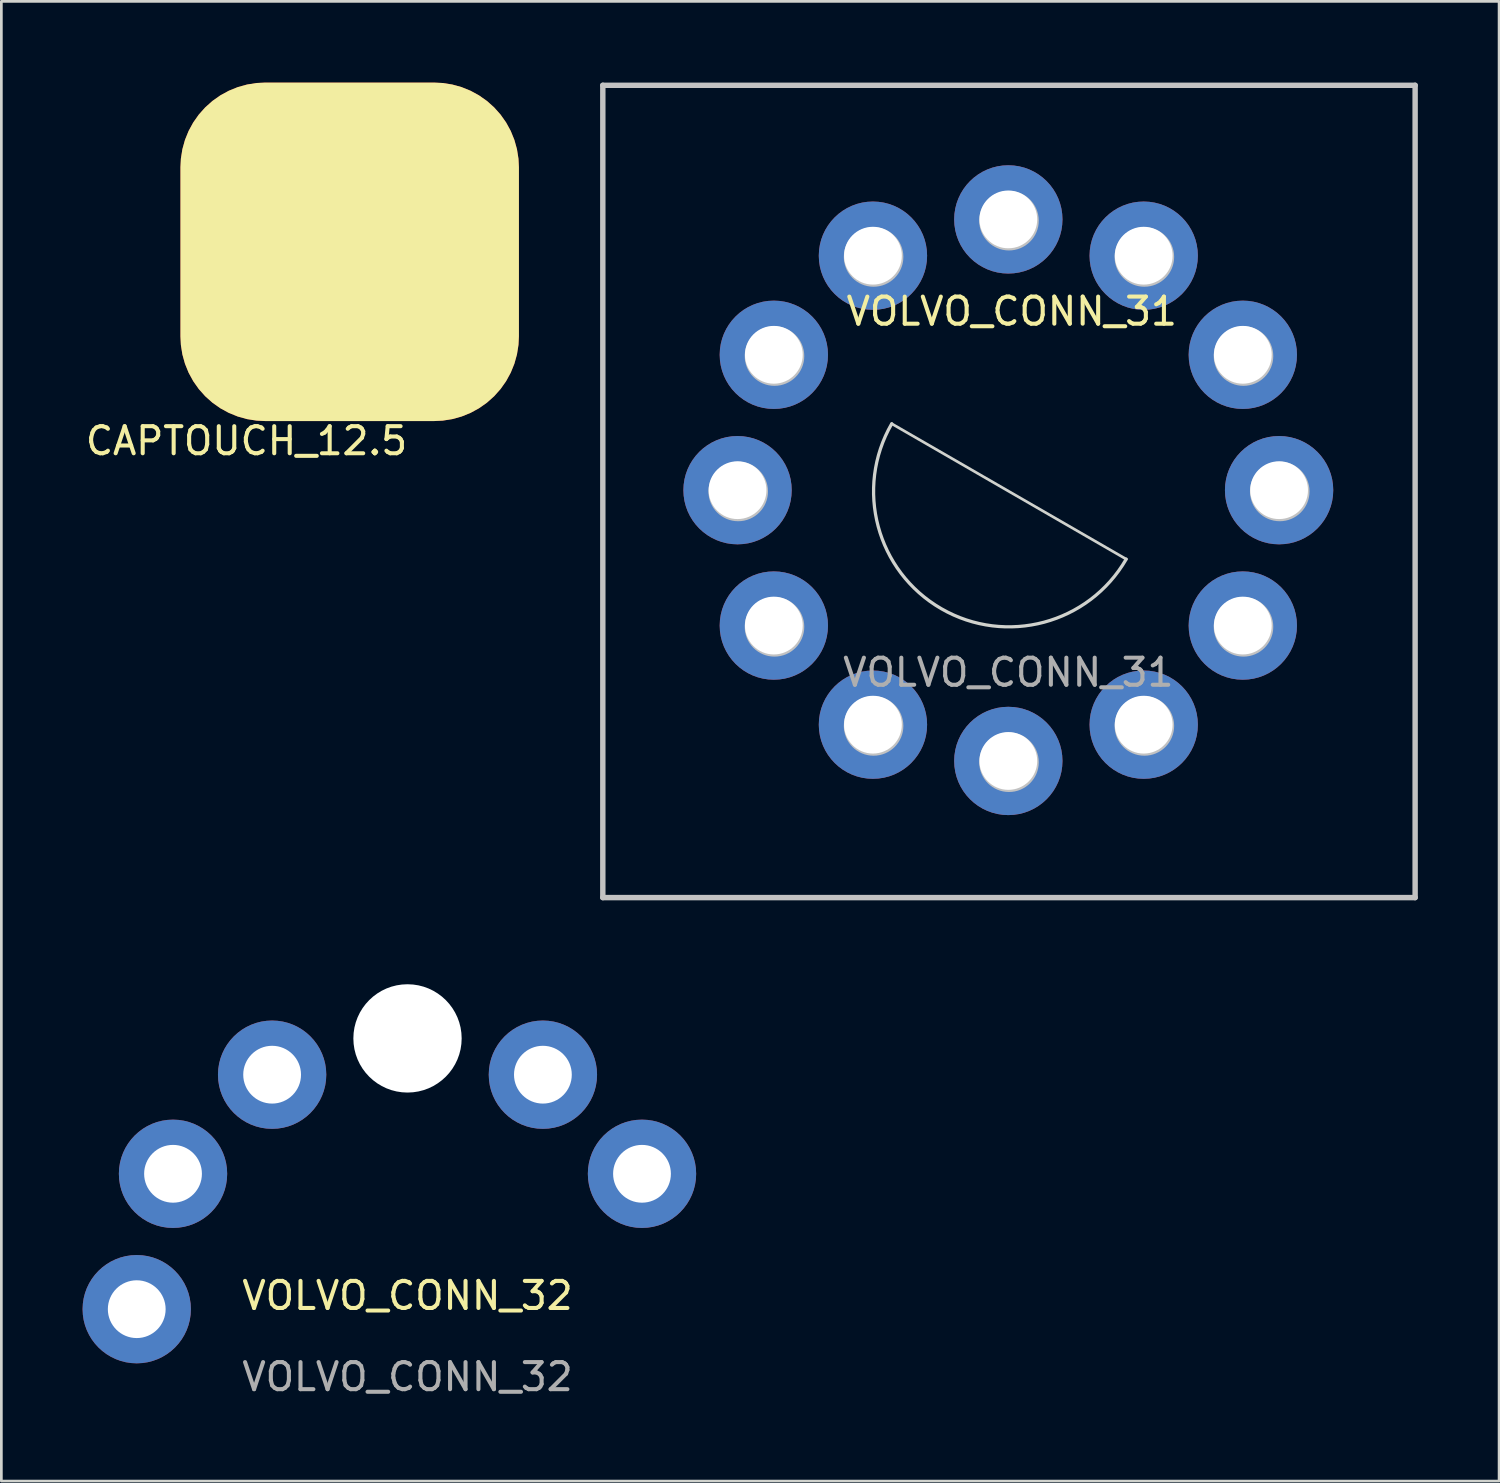
<source format=kicad_pcb>
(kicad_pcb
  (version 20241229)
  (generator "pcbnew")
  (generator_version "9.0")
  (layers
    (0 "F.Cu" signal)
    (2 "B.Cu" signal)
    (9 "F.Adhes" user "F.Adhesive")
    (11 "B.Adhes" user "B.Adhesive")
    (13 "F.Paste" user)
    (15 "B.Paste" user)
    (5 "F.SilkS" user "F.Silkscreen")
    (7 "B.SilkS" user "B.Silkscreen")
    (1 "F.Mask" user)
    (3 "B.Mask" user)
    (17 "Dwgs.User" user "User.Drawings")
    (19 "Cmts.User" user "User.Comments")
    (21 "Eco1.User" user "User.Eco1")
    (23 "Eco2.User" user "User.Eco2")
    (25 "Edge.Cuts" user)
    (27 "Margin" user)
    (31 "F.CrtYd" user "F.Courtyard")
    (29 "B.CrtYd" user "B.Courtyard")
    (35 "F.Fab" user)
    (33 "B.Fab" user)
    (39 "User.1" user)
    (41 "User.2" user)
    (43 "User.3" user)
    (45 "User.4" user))
  (footprint "VOLVO_CONN_32"
    (layer "F.Cu")
    (at 12 45.3)
    (property "Reference" "VOLVO_CONN_32" (at 0 -0.5 0) (unlocked yes) (layer "F.SilkS") (effects (font (size 1 1) (thickness 0.15))))
    (attr through_hole)
    (fp_text user "${REFERENCE}" (at 0 2.5 0) (unlocked yes) (layer "F.Fab") (effects (font (size 1 1) (thickness 0.15))))
    (pad "" np_thru_hole circle (at 0 -10) (size 4 4) (drill 4.2) (layers "*.Cu" "*.Mask"))
    (pad "1" thru_hole circle (at 8.66 -5) (size 4 4) (drill 2.134) (layers "*.Cu" "*.Mask"))
    (pad "2" thru_hole circle (at 5 -8.66) (size 4 4) (drill 2.134) (layers "*.Cu" "*.Mask"))
    (pad "4" thru_hole circle (at -8.66 -5) (size 4 4) (drill 2.134) (layers "*.Cu" "*.Mask"))
    (pad "5" thru_hole circle (at -10 0) (size 4 4) (drill 2.134) (layers "*.Cu" "*.Mask"))
    (pad "A" thru_hole circle (at -5 -8.66) (size 4 4) (drill 2.134) (layers "*.Cu" "*.Mask")))
  (footprint "VOLVO_CONN_31"
    (layer "F.Cu")
    (at 34.189 15.053)
    (property "Reference" "VOLVO_CONN_31" (at 0.127 -6.604 0) (unlocked yes) (layer "F.SilkS") (effects (font (size 1 1) (thickness 0.15))))
    (attr through_hole)
    (fp_line (start -14.976 -14.953) (end -14.976 15.047) (stroke (width 0.2) (type solid)) (layer "Dwgs.User"))
    (fp_line (start 15.024 -14.953) (end -14.976 -14.953) (stroke (width 0.2) (type solid)) (layer "Dwgs.User"))
    (fp_line (start 15.024 -14.953) (end 15.024 15.047) (stroke (width 0.2) (type solid)) (layer "Dwgs.User"))
    (fp_line (start 15.024 15.047) (end -14.976 15.047) (stroke (width 0.2) (type solid)) (layer "Dwgs.User"))
    (fp_circle (center -9.976 0.047) (end -8.976 0.047) (stroke (width 0.2) (type solid)) (fill no) (layer "Dwgs.User"))
    (fp_circle (center -8.636 -4.953) (end -7.636 -4.953) (stroke (width 0.2) (type solid)) (fill no) (layer "Dwgs.User"))
    (fp_circle (center -8.636 5.047) (end -7.636 5.047) (stroke (width 0.2) (type solid)) (fill no) (layer "Dwgs.User"))
    (fp_circle (center -4.976 -8.613) (end -3.976 -8.613) (stroke (width 0.2) (type solid)) (fill no) (layer "Dwgs.User"))
    (fp_circle (center -4.976 8.707) (end -3.976 8.707) (stroke (width 0.2) (type solid)) (fill no) (layer "Dwgs.User"))
    (fp_circle (center 0.024 -9.953) (end 1.024 -9.953) (stroke (width 0.2) (type solid)) (fill no) (layer "Dwgs.User"))
    (fp_circle (center 0.024 10.047) (end 1.024 10.047) (stroke (width 0.2) (type solid)) (fill no) (layer "Dwgs.User"))
    (fp_circle (center 5.024 -8.613) (end 6.024 -8.613) (stroke (width 0.2) (type solid)) (fill no) (layer "Dwgs.User"))
    (fp_circle (center 5.024 8.707) (end 6.024 8.707) (stroke (width 0.2) (type solid)) (fill no) (layer "Dwgs.User"))
    (fp_circle (center 8.685 -4.953) (end 9.685 -4.953) (stroke (width 0.2) (type solid)) (fill no) (layer "Dwgs.User"))
    (fp_circle (center 8.685 5.047) (end 9.685 5.047) (stroke (width 0.2) (type solid)) (fill no) (layer "Dwgs.User"))
    (fp_circle (center 10.024 0.047) (end 11.024 0.047) (stroke (width 0.2) (type solid)) (fill no) (layer "Dwgs.User"))
    (fp_line (start 4.354 2.547) (end -4.306 -2.453) (stroke (width 0.1) (type solid)) (layer "Edge.Cuts"))
    (fp_arc (start 4.35438 2.547) (mid -2.475746 4.377126) (end -4.305872 -2.453) (stroke (width 0.12) (type solid)) (layer "Edge.Cuts"))
    (fp_text user "${REFERENCE}" (at 0 6.731 0) (unlocked yes) (layer "F.Fab") (effects (font (size 1 1) (thickness 0.15))))
    (pad "1" thru_hole circle (at -10 0) (size 4 4) (drill 2.134) (layers "*.Cu" "*.Mask"))
    (pad "2" thru_hole circle (at -8.66 5) (size 4 4) (drill 2.134) (layers "*.Cu" "*.Mask"))
    (pad "3" thru_hole circle (at -5 8.66) (size 4 4) (drill 2.134) (layers "*.Cu" "*.Mask"))
    (pad "4" thru_hole circle (at 0 10) (size 4 4) (drill 2.134) (layers "*.Cu" "*.Mask"))
    (pad "5" thru_hole circle (at 5 8.66) (size 4 4) (drill 2.134) (layers "*.Cu" "*.Mask"))
    (pad "6" thru_hole circle (at 8.66 5) (size 4 4) (drill 2.134) (layers "*.Cu" "*.Mask"))
    (pad "7" thru_hole circle (at 10 0) (size 4 4) (drill 2.134) (layers "*.Cu" "*.Mask"))
    (pad "8" thru_hole circle (at 8.66 -5) (size 4 4) (drill 2.134) (layers "*.Cu" "*.Mask"))
    (pad "9" thru_hole circle (at 5 -8.66) (size 4 4) (drill 2.134) (layers "*.Cu" "*.Mask"))
    (pad "10" thru_hole circle (at 0 -10) (size 4 4) (drill 2.134) (layers "*.Cu" "*.Mask"))
    (pad "11" thru_hole circle (at -5 -8.66) (size 4 4) (drill 2.134) (layers "*.Cu" "*.Mask"))
    (pad "12" thru_hole circle (at -8.66 -5) (size 4 4) (drill 2.134) (layers "*.Cu" "*.Mask")))
  (footprint "CAPTOUCH_12.5"
    (layer "F.Cu")
    (at 9.864 6.25)
    (property "Reference" "CAPTOUCH_12.5" (at -3.81 6.985 0) (unlocked yes) (layer "F.SilkS") (effects (font (size 1 1) (thickness 0.15))))
    (pad "1" smd roundrect (at 0 0) (size 12.5 12.5) (layers "F.Cu" "F.SilkS") (roundrect_rratio 0.25))
    (pad "2" smd circle (at 0 0) (size 0.5 0.5) (layers "B.Cu" "B.Mask" "B.Paste")))
  (gr_rect
    (start -3 -3)
    (end 52.314 51.648)
    (stroke (width 0.1) (type default))
    (fill no)
    (layer "Edge.Cuts")))
</source>
